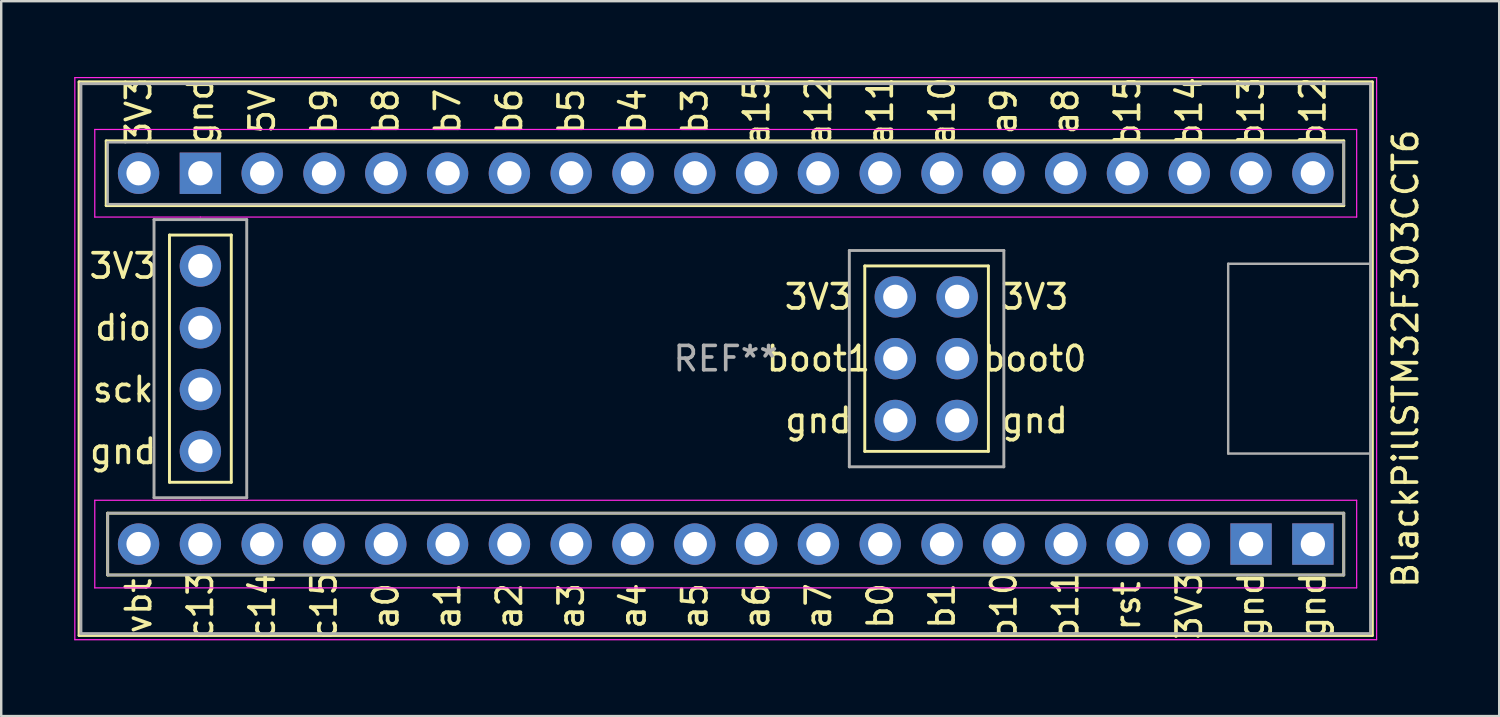
<source format=kicad_pcb>
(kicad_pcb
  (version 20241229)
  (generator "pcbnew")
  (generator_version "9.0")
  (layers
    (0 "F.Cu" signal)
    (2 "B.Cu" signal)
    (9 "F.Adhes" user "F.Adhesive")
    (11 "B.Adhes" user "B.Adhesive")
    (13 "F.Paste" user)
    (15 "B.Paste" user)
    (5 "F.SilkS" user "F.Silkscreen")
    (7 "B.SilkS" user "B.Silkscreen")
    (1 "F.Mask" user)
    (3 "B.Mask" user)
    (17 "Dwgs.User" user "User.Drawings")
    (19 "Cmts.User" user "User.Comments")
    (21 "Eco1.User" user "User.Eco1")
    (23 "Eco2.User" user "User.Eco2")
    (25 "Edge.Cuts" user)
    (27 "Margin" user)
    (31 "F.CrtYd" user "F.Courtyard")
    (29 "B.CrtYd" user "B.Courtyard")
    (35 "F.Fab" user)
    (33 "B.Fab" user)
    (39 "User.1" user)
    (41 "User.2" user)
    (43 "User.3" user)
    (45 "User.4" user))
  (footprint "BlackPillSTM32F303CCT6"
    (layer "F.Cu")
    (at 26.775 11.69)
    (property "Reference" "BlackPillSTM32F303CCT6" (at 27.94 0 270) (layer "F.SilkS") (effects (font (size 1 1) (thickness 0.15))))
    (attr through_hole)
    (fp_line (start -26.575 -11.375) (end 26.575 -11.375) (stroke (width 0.12) (type solid)) (layer "F.SilkS"))
    (fp_line (start -26.575 11.375) (end -26.575 -11.375) (stroke (width 0.12) (type solid)) (layer "F.SilkS"))
    (fp_line (start -25.46 -8.95) (end 25.4 -8.95) (stroke (width 0.12) (type solid)) (layer "F.SilkS"))
    (fp_line (start -25.46 -6.29) (end -25.46 -8.95) (stroke (width 0.12) (type solid)) (layer "F.SilkS"))
    (fp_line (start -25.4 6.35) (end 25.4 6.35) (stroke (width 0.12) (type solid)) (layer "F.SilkS"))
    (fp_line (start -25.4 8.89) (end -25.4 6.35) (stroke (width 0.12) (type solid)) (layer "F.SilkS"))
    (fp_line (start -22.86 -5.08) (end -20.32 -5.08) (stroke (width 0.12) (type solid)) (layer "F.SilkS"))
    (fp_line (start -22.86 5.08) (end -22.86 -5.08) (stroke (width 0.12) (type solid)) (layer "F.SilkS"))
    (fp_line (start -20.32 -5.08) (end -20.32 5.08) (stroke (width 0.12) (type solid)) (layer "F.SilkS"))
    (fp_line (start -20.32 5.08) (end -22.86 5.08) (stroke (width 0.12) (type solid)) (layer "F.SilkS"))
    (fp_line (start 5.715 -3.81) (end 10.795 -3.81) (stroke (width 0.12) (type solid)) (layer "F.SilkS"))
    (fp_line (start 5.715 3.81) (end 5.715 -3.81) (stroke (width 0.12) (type solid)) (layer "F.SilkS"))
    (fp_line (start 10.795 -3.81) (end 10.795 3.81) (stroke (width 0.12) (type solid)) (layer "F.SilkS"))
    (fp_line (start 10.795 3.81) (end 5.715 3.81) (stroke (width 0.12) (type solid)) (layer "F.SilkS"))
    (fp_line (start 25.4 -8.95) (end 25.4 -6.29) (stroke (width 0.12) (type solid)) (layer "F.SilkS"))
    (fp_line (start 25.4 -6.29) (end -25.46 -6.29) (stroke (width 0.12) (type solid)) (layer "F.SilkS"))
    (fp_line (start 25.4 6.35) (end 25.4 8.89) (stroke (width 0.12) (type solid)) (layer "F.SilkS"))
    (fp_line (start 25.4 8.89) (end -25.4 8.89) (stroke (width 0.12) (type solid)) (layer "F.SilkS"))
    (fp_line (start 26.575 -11.375) (end 26.575 11.375) (stroke (width 0.12) (type solid)) (layer "F.SilkS"))
    (fp_line (start 26.575 11.375) (end -26.575 11.375) (stroke (width 0.12) (type solid)) (layer "F.SilkS"))
    (fp_line (start -26.75 -11.55) (end 26.75 -11.55) (stroke (width 0.05) (type solid)) (layer "F.CrtYd"))
    (fp_line (start -26.75 11.55) (end -26.75 -11.55) (stroke (width 0.05) (type solid)) (layer "F.CrtYd"))
    (fp_line (start -25.93 -9.42) (end -25.93 -5.82) (stroke (width 0.05) (type solid)) (layer "F.CrtYd"))
    (fp_line (start -25.93 9.42) (end -25.93 5.82) (stroke (width 0.05) (type solid)) (layer "F.CrtYd"))
    (fp_line (start -21.59 -5.82) (end -25.93 -5.82) (stroke (width 0.05) (type solid)) (layer "F.CrtYd"))
    (fp_line (start -21.59 5.82) (end -25.93 5.82) (stroke (width 0.05) (type solid)) (layer "F.CrtYd"))
    (fp_line (start 25.93 -9.42) (end -25.93 -9.42) (stroke (width 0.05) (type solid)) (layer "F.CrtYd"))
    (fp_line (start 25.93 -5.82) (end -21.59 -5.82) (stroke (width 0.05) (type solid)) (layer "F.CrtYd"))
    (fp_line (start 25.93 -5.82) (end 25.93 -9.42) (stroke (width 0.05) (type solid)) (layer "F.CrtYd"))
    (fp_line (start 25.93 5.82) (end -21.59 5.82) (stroke (width 0.05) (type solid)) (layer "F.CrtYd"))
    (fp_line (start 25.93 5.82) (end 25.93 9.42) (stroke (width 0.05) (type solid)) (layer "F.CrtYd"))
    (fp_line (start 25.93 9.42) (end -25.93 9.42) (stroke (width 0.05) (type solid)) (layer "F.CrtYd"))
    (fp_line (start 26.75 -11.55) (end 26.75 11.55) (stroke (width 0.05) (type solid)) (layer "F.CrtYd"))
    (fp_line (start 26.75 11.55) (end -26.75 11.55) (stroke (width 0.05) (type solid)) (layer "F.CrtYd"))
    (fp_line (start -26.5 -11.3) (end -26.5 11.3) (stroke (width 0.12) (type solid)) (layer "F.Fab"))
    (fp_line (start -26.5 -11.3) (end 26.45 -11.3) (stroke (width 0.12) (type solid)) (layer "F.Fab"))
    (fp_line (start -25.4 -8.89) (end 25.4 -8.89) (stroke (width 0.1) (type solid)) (layer "F.Fab"))
    (fp_line (start -25.4 -6.35) (end -25.4 -8.89) (stroke (width 0.1) (type solid)) (layer "F.Fab"))
    (fp_line (start -25.4 6.35) (end 25.4 6.35) (stroke (width 0.1) (type solid)) (layer "F.Fab"))
    (fp_line (start -25.4 8.89) (end -25.4 6.35) (stroke (width 0.1) (type solid)) (layer "F.Fab"))
    (fp_line (start -23.495 -5.715) (end -19.685 -5.715) (stroke (width 0.12) (type solid)) (layer "F.Fab"))
    (fp_line (start -23.495 5.715) (end -23.495 -5.715) (stroke (width 0.12) (type solid)) (layer "F.Fab"))
    (fp_line (start -19.685 -5.715) (end -19.685 5.715) (stroke (width 0.12) (type solid)) (layer "F.Fab"))
    (fp_line (start -19.685 5.715) (end -23.495 5.715) (stroke (width 0.12) (type solid)) (layer "F.Fab"))
    (fp_line (start 5.08 -4.445) (end 5.08 4.445) (stroke (width 0.12) (type solid)) (layer "F.Fab"))
    (fp_line (start 5.08 4.445) (end 11.43 4.445) (stroke (width 0.12) (type solid)) (layer "F.Fab"))
    (fp_line (start 11.43 -4.445) (end 5.08 -4.445) (stroke (width 0.12) (type solid)) (layer "F.Fab"))
    (fp_line (start 11.43 4.445) (end 11.43 -4.445) (stroke (width 0.12) (type solid)) (layer "F.Fab"))
    (fp_line (start 20.65 -3.9) (end 20.65 3.9) (stroke (width 0.1) (type solid)) (layer "F.Fab"))
    (fp_line (start 20.65 -3.9) (end 26.45 -3.9) (stroke (width 0.1) (type solid)) (layer "F.Fab"))
    (fp_line (start 20.65 3.9) (end 26.45 3.9) (stroke (width 0.1) (type solid)) (layer "F.Fab"))
    (fp_line (start 25.4 -8.89) (end 25.4 -6.35) (stroke (width 0.1) (type solid)) (layer "F.Fab"))
    (fp_line (start 25.4 -6.35) (end -25.4 -6.35) (stroke (width 0.1) (type solid)) (layer "F.Fab"))
    (fp_line (start 25.4 6.35) (end 25.4 8.89) (stroke (width 0.1) (type solid)) (layer "F.Fab"))
    (fp_line (start 25.4 8.89) (end -25.4 8.89) (stroke (width 0.1) (type solid)) (layer "F.Fab"))
    (fp_line (start 26.5 -11.3) (end 26.5 11.3) (stroke (width 0.12) (type solid)) (layer "F.Fab"))
    (fp_line (start 26.5 11.3) (end -26.5 11.3) (stroke (width 0.12) (type solid)) (layer "F.Fab"))
    (fp_text user "b4" (at -3.81 -10.16 90) (layer "F.SilkS") (effects (font (size 1 1) (thickness 0.15))))
    (fp_text user "gnd" (at 3.81 2.54 0) (layer "F.SilkS") (effects (font (size 1 1) (thickness 0.15))))
    (fp_text user "b5" (at -6.35 -10.16 90) (layer "F.SilkS") (effects (font (size 1 1) (thickness 0.15))))
    (fp_text user "a5" (at -1.27 10.16 270) (layer "F.SilkS") (effects (font (size 1 1) (thickness 0.15))))
    (fp_text user "a0" (at -13.97 10.16 270) (layer "F.SilkS") (effects (font (size 1 1) (thickness 0.15))))
    (fp_text user "c13" (at -21.59 10.16 270) (layer "F.SilkS") (effects (font (size 1 1) (thickness 0.15))))
    (fp_text user "boot0" (at 12.7 0 0) (layer "F.SilkS") (effects (font (size 1 1) (thickness 0.15))))
    (fp_text user "a10" (at 8.89 -10.16 90) (layer "F.SilkS") (effects (font (size 1 1) (thickness 0.15))))
    (fp_text user "5V" (at -19.05 -10.16 90) (layer "F.SilkS") (effects (font (size 1 1) (thickness 0.15))))
    (fp_text user "a2" (at -8.89 10.16 270) (layer "F.SilkS") (effects (font (size 1 1) (thickness 0.15))))
    (fp_text user "boot1" (at 3.81 0 0) (layer "F.SilkS") (effects (font (size 1 1) (thickness 0.15))))
    (fp_text user "vbt" (at -24.13 10.16 270) (layer "F.SilkS") (effects (font (size 1 1) (thickness 0.15))))
    (fp_text user "c15" (at -16.51 10.16 270) (layer "F.SilkS") (effects (font (size 1 1) (thickness 0.15))))
    (fp_text user "a1" (at -11.43 10.16 270) (layer "F.SilkS") (effects (font (size 1 1) (thickness 0.15))))
    (fp_text user "dio" (at -24.765 -1.27 0) (layer "F.SilkS") (effects (font (size 1 1) (thickness 0.15))))
    (fp_text user "gnd" (at -21.59 -10.16 90) (layer "F.SilkS") (effects (font (size 1 1) (thickness 0.15))))
    (fp_text user "b8" (at -13.97 -10.16 90) (layer "F.SilkS") (effects (font (size 1 1) (thickness 0.15))))
    (fp_text user "b0" (at 6.35 10.16 270) (layer "F.SilkS") (effects (font (size 1 1) (thickness 0.15))))
    (fp_text user "b14" (at 19.05 -10.16 90) (layer "F.SilkS") (effects (font (size 1 1) (thickness 0.15))))
    (fp_text user "3V3" (at -24.765 -3.81 0) (layer "F.SilkS") (effects (font (size 1 1) (thickness 0.15))))
    (fp_text user "rst" (at 16.51 10.16 270) (layer "F.SilkS") (effects (font (size 1 1) (thickness 0.15))))
    (fp_text user "b9" (at -16.51 -10.16 90) (layer "F.SilkS") (effects (font (size 1 1) (thickness 0.15))))
    (fp_text user "b13" (at 21.59 -10.16 90) (layer "F.SilkS") (effects (font (size 1 1) (thickness 0.15))))
    (fp_text user "a11" (at 6.35 -10.16 90) (layer "F.SilkS") (effects (font (size 1 1) (thickness 0.15))))
    (fp_text user "b1" (at 8.89 10.16 270) (layer "F.SilkS") (effects (font (size 1 1) (thickness 0.15))))
    (fp_text user "3V3" (at 12.7 -2.54 0) (layer "F.SilkS") (effects (font (size 1 1) (thickness 0.15))))
    (fp_text user "a4" (at -3.81 10.16 270) (layer "F.SilkS") (effects (font (size 1 1) (thickness 0.15))))
    (fp_text user "a3" (at -6.35 10.16 270) (layer "F.SilkS") (effects (font (size 1 1) (thickness 0.15))))
    (fp_text user "a12" (at 3.81 -10.16 90) (layer "F.SilkS") (effects (font (size 1 1) (thickness 0.15))))
    (fp_text user "b6" (at -8.89 -10.16 90) (layer "F.SilkS") (effects (font (size 1 1) (thickness 0.15))))
    (fp_text user "gnd" (at 12.7 2.54 0) (layer "F.SilkS") (effects (font (size 1 1) (thickness 0.15))))
    (fp_text user "a15" (at 1.27 -10.16 90) (layer "F.SilkS") (effects (font (size 1 1) (thickness 0.15))))
    (fp_text user "b3" (at -1.27 -10.16 90) (layer "F.SilkS") (effects (font (size 1 1) (thickness 0.15))))
    (fp_text user "sck" (at -24.765 1.27 0) (layer "F.SilkS") (effects (font (size 1 1) (thickness 0.15))))
    (fp_text user "b10" (at 11.43 10.16 270) (layer "F.SilkS") (effects (font (size 1 1) (thickness 0.15))))
    (fp_text user "3V3" (at 19.05 10.16 270) (layer "F.SilkS") (effects (font (size 1 1) (thickness 0.15))))
    (fp_text user "3V3" (at -24.13 -10.16 90) (layer "F.SilkS") (effects (font (size 1 1) (thickness 0.15))))
    (fp_text user "3V3" (at 3.81 -2.54 0) (layer "F.SilkS") (effects (font (size 1 1) (thickness 0.15))))
    (fp_text user "gnd" (at 21.59 10.16 270) (layer "F.SilkS") (effects (font (size 1 1) (thickness 0.15))))
    (fp_text user "a8" (at 13.97 -10.16 90) (layer "F.SilkS") (effects (font (size 1 1) (thickness 0.15))))
    (fp_text user "a7" (at 3.81 10.16 270) (layer "F.SilkS") (effects (font (size 1 1) (thickness 0.15))))
    (fp_text user "b11" (at 13.97 10.16 270) (layer "F.SilkS") (effects (font (size 1 1) (thickness 0.15))))
    (fp_text user "a6" (at 1.27 10.16 270) (layer "F.SilkS") (effects (font (size 1 1) (thickness 0.15))))
    (fp_text user "c14" (at -19.05 10.16 270) (layer "F.SilkS") (effects (font (size 1 1) (thickness 0.15))))
    (fp_text user "b15" (at 16.51 -10.16 90) (layer "F.SilkS") (effects (font (size 1 1) (thickness 0.15))))
    (fp_text user "b12" (at 24.13 -10.16 90) (layer "F.SilkS") (effects (font (size 1 1) (thickness 0.15))))
    (fp_text user "b7" (at -11.43 -10.16 90) (layer "F.SilkS") (effects (font (size 1 1) (thickness 0.15))))
    (fp_text user "a9" (at 11.43 -10.16 90) (layer "F.SilkS") (effects (font (size 1 1) (thickness 0.15))))
    (fp_text user "gnd" (at -24.765 3.81 0) (layer "F.SilkS") (effects (font (size 1 1) (thickness 0.15))))
    (fp_text user "gnd" (at 24.13 10.16 270) (layer "F.SilkS") (effects (font (size 1 1) (thickness 0.15))))
    (fp_text user "REF**" (at 0 0 180) (layer "F.Fab") (effects (font (size 1 1) (thickness 0.15))))
    (pad "1" thru_hole circle (at 24.13 -7.62 270) (size 1.7 1.7) (drill 1) (layers "*.Cu" "*.Mask"))
    (pad "2" thru_hole circle (at 21.59 -7.62 270) (size 1.7 1.7) (drill 1) (layers "*.Cu" "*.Mask"))
    (pad "3" thru_hole circle (at 19.05 -7.62 270) (size 1.7 1.7) (drill 1) (layers "*.Cu" "*.Mask"))
    (pad "4" thru_hole circle (at 16.51 -7.62 270) (size 1.7 1.7) (drill 1) (layers "*.Cu" "*.Mask"))
    (pad "5" thru_hole circle (at 13.97 -7.62 270) (size 1.7 1.7) (drill 1) (layers "*.Cu" "*.Mask"))
    (pad "6" thru_hole circle (at 11.43 -7.62 270) (size 1.7 1.7) (drill 1) (layers "*.Cu" "*.Mask"))
    (pad "7" thru_hole circle (at 8.89 -7.62 270) (size 1.7 1.7) (drill 1) (layers "*.Cu" "*.Mask"))
    (pad "8" thru_hole circle (at 6.35 -7.62 270) (size 1.7 1.7) (drill 1) (layers "*.Cu" "*.Mask"))
    (pad "9" thru_hole circle (at 3.81 -7.62 270) (size 1.7 1.7) (drill 1) (layers "*.Cu" "*.Mask"))
    (pad "10" thru_hole circle (at 1.27 -7.62) (size 1.7 1.7) (drill 1) (layers "*.Cu" "*.Mask"))
    (pad "11" thru_hole circle (at -1.27 -7.62 270) (size 1.7 1.7) (drill 1) (layers "*.Cu" "*.Mask"))
    (pad "12" thru_hole circle (at -3.81 -7.62 270) (size 1.7 1.7) (drill 1) (layers "*.Cu" "*.Mask"))
    (pad "13" thru_hole circle (at -6.35 -7.62 270) (size 1.7 1.7) (drill 1) (layers "*.Cu" "*.Mask"))
    (pad "14" thru_hole circle (at -8.89 -7.62 270) (size 1.7 1.7) (drill 1) (layers "*.Cu" "*.Mask"))
    (pad "15" thru_hole circle (at -11.43 -7.62 270) (size 1.7 1.7) (drill 1) (layers "*.Cu" "*.Mask"))
    (pad "16" thru_hole circle (at -13.97 -7.62 270) (size 1.7 1.7) (drill 1) (layers "*.Cu" "*.Mask"))
    (pad "17" thru_hole circle (at -16.51 -7.62 270) (size 1.7 1.7) (drill 1) (layers "*.Cu" "*.Mask"))
    (pad "18" thru_hole circle (at -19.05 -7.62 270) (size 1.7 1.7) (drill 1) (layers "*.Cu" "*.Mask"))
    (pad "19" thru_hole rect (at -21.59 -7.62 270) (size 1.7 1.7) (drill 1) (layers "*.Cu" "*.Mask"))
    (pad "20" thru_hole circle (at -24.13 -7.62 270) (size 1.7 1.7) (drill 1) (layers "*.Cu" "*.Mask"))
    (pad "21" thru_hole circle (at -24.13 7.62 270) (size 1.7 1.7) (drill 1) (layers "*.Cu" "*.Mask"))
    (pad "22" thru_hole circle (at -21.59 7.62 270) (size 1.7 1.7) (drill 1) (layers "*.Cu" "*.Mask"))
    (pad "23" thru_hole circle (at -19.05 7.62 270) (size 1.7 1.7) (drill 1) (layers "*.Cu" "*.Mask"))
    (pad "24" thru_hole circle (at -16.51 7.62 270) (size 1.7 1.7) (drill 1) (layers "*.Cu" "*.Mask"))
    (pad "25" thru_hole circle (at -13.97 7.62 270) (size 1.7 1.7) (drill 1) (layers "*.Cu" "*.Mask"))
    (pad "26" thru_hole circle (at -11.43 7.62 270) (size 1.7 1.7) (drill 1) (layers "*.Cu" "*.Mask"))
    (pad "27" thru_hole circle (at -8.89 7.62 270) (size 1.7 1.7) (drill 1) (layers "*.Cu" "*.Mask"))
    (pad "28" thru_hole circle (at -6.35 7.62 270) (size 1.7 1.7) (drill 1) (layers "*.Cu" "*.Mask"))
    (pad "29" thru_hole circle (at -3.81 7.62 270) (size 1.7 1.7) (drill 1) (layers "*.Cu" "*.Mask"))
    (pad "30" thru_hole circle (at -1.27 7.62 270) (size 1.7 1.7) (drill 1) (layers "*.Cu" "*.Mask"))
    (pad "31" thru_hole circle (at 1.27 7.62 270) (size 1.7 1.7) (drill 1) (layers "*.Cu" "*.Mask"))
    (pad "32" thru_hole circle (at 3.81 7.62 270) (size 1.7 1.7) (drill 1) (layers "*.Cu" "*.Mask"))
    (pad "33" thru_hole circle (at 6.35 7.62 270) (size 1.7 1.7) (drill 1) (layers "*.Cu" "*.Mask"))
    (pad "34" thru_hole circle (at 8.89 7.62 270) (size 1.7 1.7) (drill 1) (layers "*.Cu" "*.Mask"))
    (pad "35" thru_hole circle (at 11.43 7.62 270) (size 1.7 1.7) (drill 1) (layers "*.Cu" "*.Mask"))
    (pad "36" thru_hole circle (at 13.97 7.62 270) (size 1.7 1.7) (drill 1) (layers "*.Cu" "*.Mask"))
    (pad "37" thru_hole circle (at 16.51 7.62 270) (size 1.7 1.7) (drill 1) (layers "*.Cu" "*.Mask"))
    (pad "38" thru_hole circle (at 19.05 7.62 270) (size 1.7 1.7) (drill 1) (layers "*.Cu" "*.Mask"))
    (pad "39" thru_hole rect (at 21.59 7.62 270) (size 1.7 1.7) (drill 1) (layers "*.Cu" "*.Mask"))
    (pad "40" thru_hole rect (at 24.13 7.62 270) (size 1.7 1.7) (drill 1) (layers "*.Cu" "*.Mask"))
    (pad "41" thru_hole circle (at -21.59 -3.81 270) (size 1.7 1.7) (drill 1) (layers "*.Cu" "*.Mask"))
    (pad "42" thru_hole circle (at -21.59 -1.27 270) (size 1.7 1.7) (drill 1) (layers "*.Cu" "*.Mask"))
    (pad "43" thru_hole circle (at -21.59 1.27 270) (size 1.7 1.7) (drill 1) (layers "*.Cu" "*.Mask"))
    (pad "44" thru_hole circle (at -21.59 3.81 270) (size 1.7 1.7) (drill 1) (layers "*.Cu" "*.Mask"))
    (pad "45" thru_hole circle (at 9.51 -2.54 270) (size 1.7 1.7) (drill 1) (layers "*.Cu" "*.Mask"))
    (pad "46" thru_hole circle (at 6.97 -2.54 270) (size 1.7 1.7) (drill 1) (layers "*.Cu" "*.Mask"))
    (pad "47" thru_hole circle (at 9.51 0 270) (size 1.7 1.7) (drill 1) (layers "*.Cu" "*.Mask"))
    (pad "48" thru_hole circle (at 6.97 0 270) (size 1.7 1.7) (drill 1) (layers "*.Cu" "*.Mask"))
    (pad "49" thru_hole circle (at 9.51 2.54 270) (size 1.7 1.7) (drill 1) (layers "*.Cu" "*.Mask"))
    (pad "50" thru_hole circle (at 6.97 2.54 270) (size 1.7 1.7) (drill 1) (layers "*.Cu" "*.Mask")))
  (gr_rect
    (start -3 -3)
    (end 58.563 26.38)
    (stroke (width 0.1) (type default))
    (fill no)
    (layer "Edge.Cuts")))
</source>
